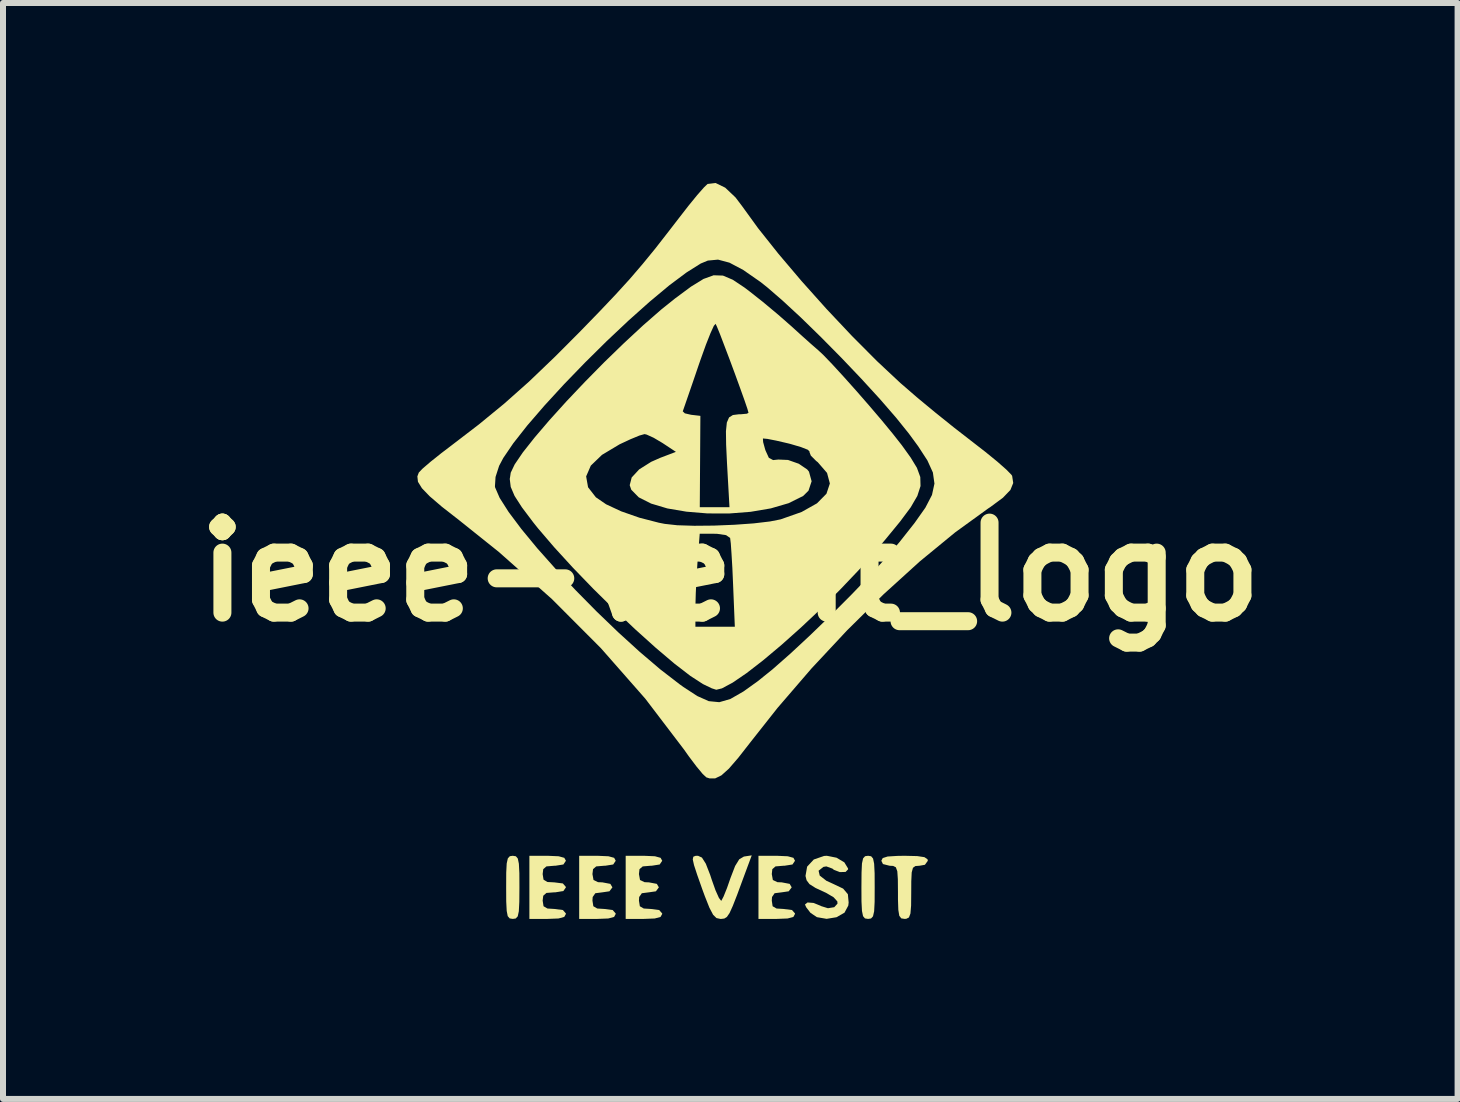
<source format=kicad_pcb>
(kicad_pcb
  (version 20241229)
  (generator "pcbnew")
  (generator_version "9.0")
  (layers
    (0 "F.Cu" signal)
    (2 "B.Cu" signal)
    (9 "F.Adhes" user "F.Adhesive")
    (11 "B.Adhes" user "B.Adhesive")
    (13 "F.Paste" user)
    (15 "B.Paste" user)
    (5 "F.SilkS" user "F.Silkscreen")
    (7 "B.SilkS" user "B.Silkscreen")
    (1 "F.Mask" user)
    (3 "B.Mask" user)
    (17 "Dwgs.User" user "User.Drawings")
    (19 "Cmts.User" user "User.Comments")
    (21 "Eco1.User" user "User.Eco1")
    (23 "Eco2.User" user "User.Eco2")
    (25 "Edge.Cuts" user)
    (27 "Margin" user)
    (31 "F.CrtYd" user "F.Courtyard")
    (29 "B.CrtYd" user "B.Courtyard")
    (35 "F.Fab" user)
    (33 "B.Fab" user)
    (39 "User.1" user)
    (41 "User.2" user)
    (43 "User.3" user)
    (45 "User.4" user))
  (footprint "ieee-vesit_logo"
    (layer "F.Cu")
    (at 9.121 6.482)
    (property "Reference" "ieee-vesit_logo" (at 0 0 0) (layer "F.SilkS") (effects (font (size 1.5 1.5) (thickness 0.3))))
    (attr board_only exclude_from_pos_files exclude_from_bom)
    (fp_poly (pts (xy -3.573 4.739) (xy -3.541 4.777) (xy -3.523 4.864) (xy -3.515 5.023) (xy -3.514 5.257) (xy -3.516 5.501) (xy -3.524 5.656) (xy -3.542 5.74) (xy -3.575 5.776) (xy -3.625 5.783) (xy -3.676 5.775) (xy -3.709 5.737) (xy -3.726 5.65) (xy -3.734 5.492) (xy -3.735 5.257) (xy -3.734 5.013) (xy -3.726 4.859) (xy -3.707 4.774) (xy -3.674 4.738) (xy -3.625 4.731)) (stroke (width 0) (type solid)) (fill yes) (layer "F.SilkS"))
    (fp_poly (pts (xy 2.348 4.739) (xy 2.38 4.777) (xy 2.398 4.864) (xy 2.406 5.023) (xy 2.407 5.257) (xy 2.406 5.501) (xy 2.398 5.656) (xy 2.379 5.74) (xy 2.346 5.776) (xy 2.297 5.783) (xy 2.245 5.775) (xy 2.213 5.737) (xy 2.195 5.65) (xy 2.187 5.492) (xy 2.186 5.257) (xy 2.188 5.013) (xy 2.195 4.859) (xy 2.214 4.774) (xy 2.247 4.738) (xy 2.297 4.731)) (stroke (width 0) (type solid)) (fill yes) (layer "F.SilkS"))
    (fp_poly (pts (xy -2.03 4.739) (xy -1.935 4.765) (xy -1.909 4.814) (xy -1.951 4.876) (xy -2.085 4.897) (xy -2.103 4.897) (xy -2.234 4.908) (xy -2.287 4.954) (xy -2.297 5.036) (xy -2.279 5.135) (xy -2.203 5.171) (xy -2.131 5.174) (xy -1.999 5.199) (xy -1.964 5.257) (xy -2.014 5.323) (xy -2.131 5.34) (xy -2.249 5.355) (xy -2.293 5.418) (xy -2.297 5.478) (xy -2.282 5.572) (xy -2.217 5.61) (xy -2.103 5.617) (xy -1.96 5.635) (xy -1.91 5.692) (xy -1.909 5.7) (xy -1.936 5.75) (xy -2.032 5.776) (xy -2.214 5.783) (xy -2.518 5.783) (xy -2.518 5.257) (xy -2.518 4.731) (xy -2.214 4.731)) (stroke (width 0) (type solid)) (fill yes) (layer "F.SilkS"))
    (fp_poly (pts (xy -1.255 4.739) (xy -1.161 4.765) (xy -1.134 4.814) (xy -1.176 4.876) (xy -1.31 4.897) (xy -1.328 4.897) (xy -1.459 4.908) (xy -1.513 4.954) (xy -1.522 5.036) (xy -1.504 5.135) (xy -1.428 5.171) (xy -1.356 5.174) (xy -1.224 5.199) (xy -1.19 5.257) (xy -1.239 5.323) (xy -1.356 5.34) (xy -1.474 5.355) (xy -1.518 5.418) (xy -1.522 5.478) (xy -1.507 5.572) (xy -1.442 5.61) (xy -1.328 5.617) (xy -1.185 5.635) (xy -1.135 5.692) (xy -1.134 5.7) (xy -1.162 5.75) (xy -1.258 5.776) (xy -1.439 5.783) (xy -1.743 5.783) (xy -1.743 5.257) (xy -1.743 4.731) (xy -1.439 4.731)) (stroke (width 0) (type solid)) (fill yes) (layer "F.SilkS"))
    (fp_poly (pts (xy 0.958 4.739) (xy 1.053 4.765) (xy 1.079 4.814) (xy 1.037 4.876) (xy 0.903 4.897) (xy 0.885 4.897) (xy 0.754 4.908) (xy 0.701 4.954) (xy 0.692 5.036) (xy 0.71 5.135) (xy 0.786 5.171) (xy 0.858 5.174) (xy 0.99 5.199) (xy 1.024 5.257) (xy 0.974 5.323) (xy 0.858 5.34) (xy 0.739 5.355) (xy 0.696 5.418) (xy 0.692 5.478) (xy 0.706 5.572) (xy 0.771 5.61) (xy 0.885 5.617) (xy 1.029 5.635) (xy 1.079 5.692) (xy 1.079 5.7) (xy 1.052 5.75) (xy 0.956 5.776) (xy 0.775 5.783) (xy 0.47 5.783) (xy 0.47 5.257) (xy 0.47 4.731) (xy 0.775 4.731)) (stroke (width 0) (type solid)) (fill yes) (layer "F.SilkS"))
    (fp_poly (pts (xy 3.116 4.736) (xy 3.236 4.754) (xy 3.287 4.788) (xy 3.293 4.814) (xy 3.244 4.881) (xy 3.154 4.897) (xy 3.086 4.902) (xy 3.045 4.931) (xy 3.024 5.008) (xy 3.017 5.154) (xy 3.016 5.34) (xy 3.014 5.561) (xy 3.003 5.693) (xy 2.978 5.759) (xy 2.934 5.781) (xy 2.905 5.783) (xy 2.85 5.774) (xy 2.817 5.731) (xy 2.801 5.633) (xy 2.795 5.457) (xy 2.795 5.34) (xy 2.793 5.121) (xy 2.784 4.989) (xy 2.76 4.923) (xy 2.715 4.9) (xy 2.656 4.897) (xy 2.545 4.869) (xy 2.518 4.814) (xy 2.541 4.769) (xy 2.623 4.743) (xy 2.784 4.733) (xy 2.905 4.731)) (stroke (width 0) (type solid)) (fill yes) (layer "F.SilkS"))
    (fp_poly (pts (xy -2.86 4.739) (xy -2.766 4.765) (xy -2.739 4.814) (xy -2.781 4.876) (xy -2.915 4.897) (xy -2.933 4.897) (xy -3.064 4.908) (xy -3.117 4.954) (xy -3.127 5.036) (xy -3.112 5.129) (xy -3.047 5.168) (xy -2.933 5.174) (xy -2.79 5.192) (xy -2.74 5.25) (xy -2.739 5.257) (xy -2.781 5.318) (xy -2.915 5.34) (xy -2.933 5.34) (xy -3.064 5.35) (xy -3.117 5.397) (xy -3.127 5.478) (xy -3.112 5.572) (xy -3.047 5.61) (xy -2.933 5.617) (xy -2.79 5.635) (xy -2.74 5.692) (xy -2.739 5.7) (xy -2.767 5.75) (xy -2.862 5.776) (xy -3.044 5.783) (xy -3.348 5.783) (xy -3.348 5.257) (xy -3.348 4.731) (xy -3.044 4.731)) (stroke (width 0) (type solid)) (fill yes) (layer "F.SilkS"))
    (fp_poly (pts (xy 0.218 5.101) (xy 0.116 5.378) (xy 0.042 5.567) (xy -0.012 5.686) (xy -0.056 5.75) (xy -0.099 5.777) (xy -0.15 5.783) (xy -0.165 5.783) (xy -0.23 5.769) (xy -0.286 5.714) (xy -0.347 5.598) (xy -0.424 5.404) (xy -0.463 5.298) (xy -0.551 5.049) (xy -0.604 4.887) (xy -0.625 4.792) (xy -0.616 4.747) (xy -0.58 4.732) (xy -0.537 4.731) (xy -0.472 4.761) (xy -0.408 4.862) (xy -0.335 5.049) (xy -0.311 5.123) (xy -0.246 5.306) (xy -0.189 5.433) (xy -0.152 5.481) (xy -0.148 5.479) (xy -0.112 5.411) (xy -0.055 5.27) (xy 0.004 5.101) (xy 0.081 4.901) (xy 0.15 4.789) (xy 0.227 4.744) (xy 0.239 4.742) (xy 0.358 4.724)) (stroke (width 0) (type solid)) (fill yes) (layer "F.SilkS"))
    (fp_poly (pts (xy 1.771 4.763) (xy 1.901 4.84) (xy 1.963 4.942) (xy 1.964 4.957) (xy 1.922 5) (xy 1.826 5.003) (xy 1.727 4.965) (xy 1.703 4.945) (xy 1.602 4.908) (xy 1.553 4.916) (xy 1.472 4.98) (xy 1.491 5.061) (xy 1.603 5.148) (xy 1.715 5.199) (xy 1.881 5.278) (xy 1.96 5.371) (xy 1.973 5.509) (xy 1.967 5.561) (xy 1.904 5.679) (xy 1.771 5.755) (xy 1.606 5.782) (xy 1.444 5.754) (xy 1.337 5.682) (xy 1.266 5.59) (xy 1.245 5.543) (xy 1.288 5.509) (xy 1.389 5.517) (xy 1.507 5.565) (xy 1.515 5.57) (xy 1.628 5.605) (xy 1.733 5.588) (xy 1.787 5.529) (xy 1.785 5.492) (xy 1.723 5.423) (xy 1.603 5.352) (xy 1.601 5.351) (xy 1.421 5.267) (xy 1.32 5.203) (xy 1.272 5.139) (xy 1.254 5.067) (xy 1.281 4.912) (xy 1.392 4.793) (xy 1.562 4.734) (xy 1.609 4.731)) (stroke (width 0) (type solid)) (fill yes) (layer "F.SilkS"))
    (fp_poly (pts (xy -0.084 -6.404) (xy 0.087 -6.242) (xy 0.194 -6.101) (xy 0.465 -5.727) (xy 0.803 -5.302) (xy 1.188 -4.848) (xy 1.603 -4.384) (xy 2.028 -3.933) (xy 2.445 -3.514) (xy 2.836 -3.148) (xy 2.849 -3.137) (xy 3.105 -2.915) (xy 3.413 -2.66) (xy 3.732 -2.404) (xy 4.018 -2.182) (xy 4.25 -2.002) (xy 4.45 -1.839) (xy 4.601 -1.706) (xy 4.686 -1.619) (xy 4.698 -1.601) (xy 4.716 -1.482) (xy 4.669 -1.366) (xy 4.545 -1.237) (xy 4.333 -1.08) (xy 4.299 -1.058) (xy 3.747 -0.658) (xy 3.159 -0.175) (xy 2.554 0.374) (xy 1.946 0.975) (xy 1.353 1.61) (xy 0.789 2.265) (xy 0.342 2.831) (xy 0.135 3.096) (xy -0.023 3.279) (xy -0.148 3.391) (xy -0.251 3.441) (xy -0.346 3.441) (xy -0.399 3.424) (xy -0.459 3.368) (xy -0.563 3.243) (xy -0.694 3.069) (xy -0.771 2.96) (xy -1.416 2.113) (xy -2.156 1.271) (xy -2.974 0.451) (xy -3.855 -0.331) (xy -4.52 -0.863) (xy -4.807 -1.087) (xy -5.01 -1.261) (xy -5.139 -1.395) (xy -5.158 -1.426) (xy -3.922 -1.426) (xy -3.919 -1.408) (xy -3.843 -1.233) (xy -3.694 -0.999) (xy -3.482 -0.716) (xy -3.219 -0.397) (xy -2.914 -0.054) (xy -2.58 0.302) (xy -2.227 0.66) (xy -1.866 1.007) (xy -1.508 1.333) (xy -1.165 1.625) (xy -0.846 1.871) (xy -0.781 1.918) (xy -0.549 2.069) (xy -0.358 2.154) (xy -0.183 2.171) (xy 0.001 2.118) (xy 0.219 1.993) (xy 0.459 1.821) (xy 0.705 1.623) (xy 1.005 1.359) (xy 1.338 1.049) (xy 1.687 0.712) (xy 2.032 0.366) (xy 2.355 0.029) (xy 2.635 -0.279) (xy 2.821 -0.498) (xy 3.072 -0.816) (xy 3.252 -1.071) (xy 3.362 -1.283) (xy 3.403 -1.472) (xy 3.377 -1.657) (xy 3.286 -1.857) (xy 3.132 -2.094) (xy 2.975 -2.308) (xy 2.765 -2.569) (xy 2.497 -2.878) (xy 2.187 -3.217) (xy 1.852 -3.569) (xy 1.51 -3.915) (xy 1.178 -4.239) (xy 0.873 -4.521) (xy 0.613 -4.746) (xy 0.503 -4.833) (xy 0.217 -5.032) (xy -0.013 -5.154) (xy -0.204 -5.205) (xy -0.374 -5.189) (xy -0.492 -5.14) (xy -0.729 -4.991) (xy -1.018 -4.775) (xy -1.344 -4.503) (xy -1.696 -4.189) (xy -2.06 -3.846) (xy -2.423 -3.487) (xy -2.773 -3.125) (xy -3.097 -2.772) (xy -3.382 -2.442) (xy -3.615 -2.146) (xy -3.783 -1.899) (xy -3.852 -1.769) (xy -3.912 -1.583) (xy -3.922 -1.426) (xy -5.158 -1.426) (xy -5.205 -1.502) (xy -5.215 -1.592) (xy -5.191 -1.656) (xy -5.13 -1.72) (xy -4.999 -1.833) (xy -4.82 -1.976) (xy -4.648 -2.107) (xy -4.19 -2.458) (xy -3.767 -2.805) (xy -3.353 -3.173) (xy -2.922 -3.586) (xy -2.516 -3.993) (xy -2.182 -4.337) (xy -1.908 -4.626) (xy -1.674 -4.883) (xy -1.462 -5.13) (xy -1.25 -5.389) (xy -1.021 -5.683) (xy -0.859 -5.893) (xy -0.696 -6.103) (xy -0.55 -6.282) (xy -0.438 -6.409) (xy -0.378 -6.466) (xy -0.244 -6.482)) (stroke (width 0) (type solid)) (fill yes) (layer "F.SilkS"))
    (fp_poly (pts (xy -0.122 -4.939) (xy 0.041 -4.87) (xy 0.235 -4.741) (xy 0.317 -4.679) (xy 0.545 -4.499) (xy 0.799 -4.287) (xy 1.025 -4.089) (xy 1.03 -4.084) (xy 1.199 -3.931) (xy 1.342 -3.803) (xy 1.436 -3.721) (xy 1.452 -3.708) (xy 1.549 -3.618) (xy 1.699 -3.462) (xy 1.888 -3.256) (xy 2.099 -3.02) (xy 2.317 -2.77) (xy 2.525 -2.526) (xy 2.707 -2.305) (xy 2.848 -2.126) (xy 2.859 -2.112) (xy 3.007 -1.906) (xy 3.111 -1.735) (xy 3.167 -1.582) (xy 3.171 -1.431) (xy 3.118 -1.267) (xy 3.007 -1.076) (xy 2.831 -0.84) (xy 2.589 -0.545) (xy 2.433 -0.36) (xy 2.149 -0.039) (xy 1.837 0.289) (xy 1.51 0.615) (xy 1.178 0.927) (xy 0.853 1.217) (xy 0.548 1.473) (xy 0.273 1.686) (xy 0.04 1.845) (xy -0.139 1.941) (xy -0.233 1.964) (xy -0.308 1.94) (xy -0.433 1.88) (xy -0.457 1.868) (xy -0.665 1.733) (xy -0.93 1.529) (xy -1.239 1.267) (xy -1.577 0.963) (xy -1.63 0.913) (xy -0.581 0.913) (xy -0.252 0.913) (xy 0.076 0.913) (xy 0.047 0.208) (xy 0.035 -0.065) (xy 0.021 -0.3) (xy 0.009 -0.474) (xy -0.002 -0.564) (xy -0.003 -0.567) (xy -0.07 -0.613) (xy -0.219 -0.635) (xy -0.267 -0.636) (xy -0.509 -0.636) (xy -0.545 -0.18) (xy -0.562 0.087) (xy -0.575 0.359) (xy -0.581 0.582) (xy -0.581 0.595) (xy -0.581 0.913) (xy -1.63 0.913) (xy -1.93 0.629) (xy -2.284 0.28) (xy -2.623 -0.071) (xy -2.934 -0.411) (xy -3.203 -0.725) (xy -3.283 -0.825) (xy -3.472 -1.076) (xy -3.595 -1.267) (xy -3.659 -1.417) (xy -3.675 -1.549) (xy -3.668 -1.592) (xy -2.402 -1.592) (xy -2.37 -1.411) (xy -2.24 -1.244) (xy -2.069 -1.127) (xy -1.818 -1.01) (xy -1.515 -0.904) (xy -1.19 -0.82) (xy -1.093 -0.801) (xy -0.884 -0.778) (xy -0.6 -0.769) (xy -0.272 -0.772) (xy 0.069 -0.786) (xy 0.391 -0.809) (xy 0.662 -0.841) (xy 0.839 -0.876) (xy 1.189 -0.999) (xy 1.445 -1.143) (xy 1.603 -1.303) (xy 1.66 -1.474) (xy 1.613 -1.65) (xy 1.459 -1.828) (xy 1.431 -1.85) (xy 1.343 -1.938) (xy 1.319 -2) (xy 1.323 -2.005) (xy 1.293 -2.036) (xy 1.178 -2.081) (xy 1.002 -2.133) (xy 0.962 -2.143) (xy 0.768 -2.188) (xy 0.62 -2.217) (xy 0.547 -2.224) (xy 0.544 -2.222) (xy 0.548 -2.163) (xy 0.581 -2.043) (xy 0.588 -2.023) (xy 0.643 -1.902) (xy 0.714 -1.864) (xy 0.801 -1.873) (xy 0.963 -1.866) (xy 1.142 -1.803) (xy 1.282 -1.708) (xy 1.312 -1.671) (xy 1.356 -1.511) (xy 1.304 -1.354) (xy 1.215 -1.266) (xy 0.974 -1.146) (xy 0.676 -1.059) (xy 0.34 -1.002) (xy -0.018 -0.974) (xy -0.38 -0.975) (xy -0.729 -1.004) (xy -1.048 -1.058) (xy -1.319 -1.139) (xy -1.525 -1.243) (xy -1.65 -1.37) (xy -1.676 -1.446) (xy -1.643 -1.574) (xy -1.518 -1.709) (xy -1.318 -1.835) (xy -1.166 -1.902) (xy -0.906 -2.001) (xy -1.13 -2.149) (xy -1.277 -2.236) (xy -1.394 -2.289) (xy -1.429 -2.297) (xy -1.514 -2.273) (xy -1.664 -2.211) (xy -1.844 -2.127) (xy -2.138 -1.951) (xy -2.324 -1.772) (xy -2.402 -1.592) (xy -3.668 -1.592) (xy -3.659 -1.654) (xy -3.593 -1.792) (xy -3.457 -1.992) (xy -3.26 -2.241) (xy -3.015 -2.528) (xy -2.88 -2.677) (xy -0.792 -2.677) (xy -0.757 -2.643) (xy -0.653 -2.619) (xy -0.498 -2.601) (xy -0.503 -1.84) (xy -0.508 -1.079) (xy -0.261 -1.079) (xy -0.013 -1.079) (xy -0.054 -1.806) (xy -0.069 -2.122) (xy -0.072 -2.345) (xy -0.057 -2.49) (xy -0.02 -2.575) (xy 0.044 -2.615) (xy 0.14 -2.627) (xy 0.18 -2.628) (xy 0.277 -2.637) (xy 0.304 -2.652) (xy 0.286 -2.717) (xy 0.237 -2.861) (xy 0.165 -3.062) (xy 0.08 -3.296) (xy -0.01 -3.539) (xy -0.097 -3.768) (xy -0.17 -3.96) (xy -0.223 -4.09) (xy -0.245 -4.135) (xy -0.274 -4.101) (xy -0.33 -3.978) (xy -0.406 -3.786) (xy -0.494 -3.541) (xy -0.527 -3.446) (xy -0.618 -3.179) (xy -0.697 -2.95) (xy -0.756 -2.779) (xy -0.788 -2.687) (xy -0.792 -2.677) (xy -2.88 -2.677) (xy -2.732 -2.841) (xy -2.423 -3.167) (xy -2.099 -3.496) (xy -1.772 -3.813) (xy -1.453 -4.109) (xy -1.153 -4.371) (xy -0.921 -4.557) (xy -0.654 -4.755) (xy -0.446 -4.883) (xy -0.277 -4.944)) (stroke (width 0) (type solid)) (fill yes) (layer "F.SilkS")))
  (gr_rect
    (start -3 -3)
    (end 21.243 15.265)
    (stroke (width 0.1) (type default))
    (fill no)
    (layer "Edge.Cuts")))
</source>
